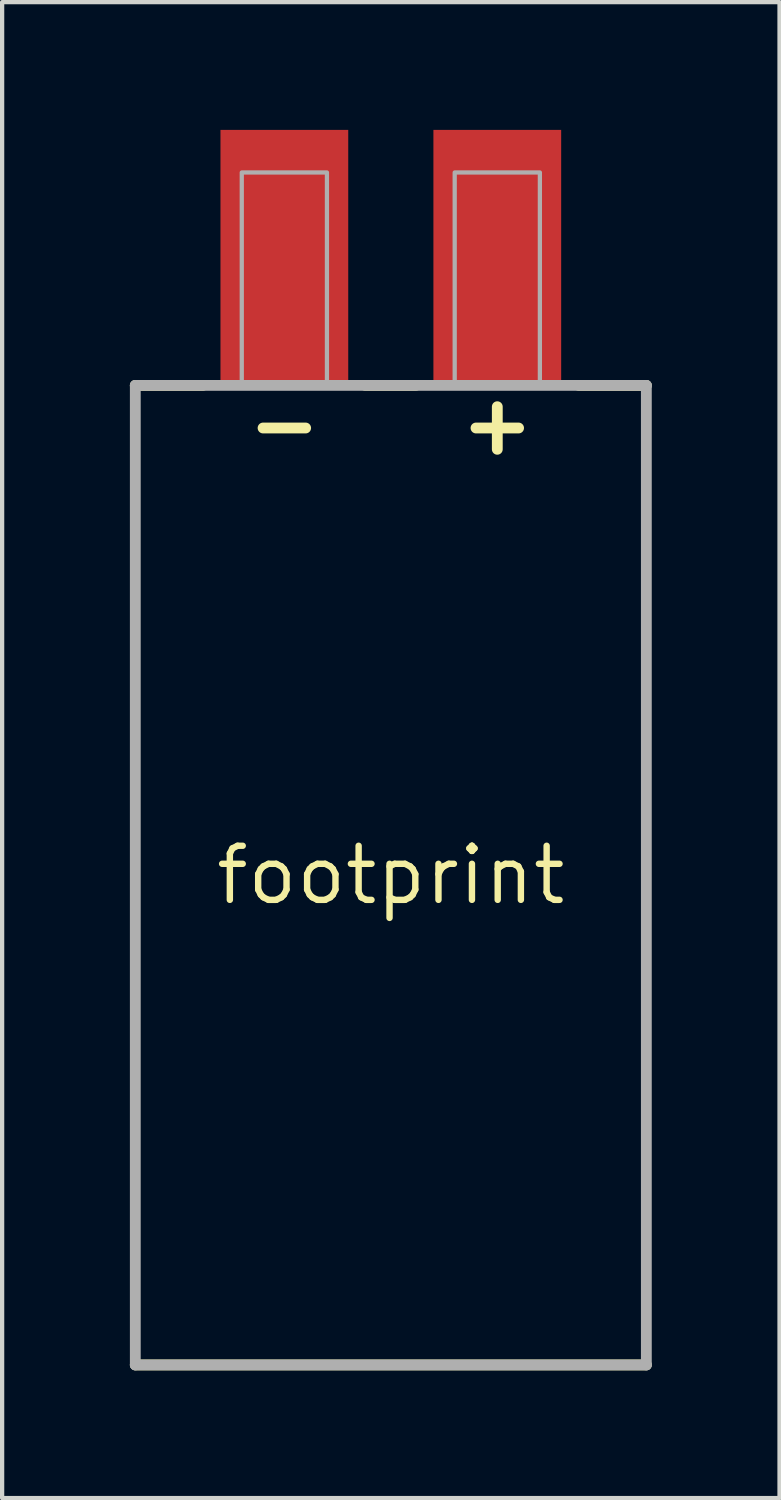
<source format=kicad_pcb>
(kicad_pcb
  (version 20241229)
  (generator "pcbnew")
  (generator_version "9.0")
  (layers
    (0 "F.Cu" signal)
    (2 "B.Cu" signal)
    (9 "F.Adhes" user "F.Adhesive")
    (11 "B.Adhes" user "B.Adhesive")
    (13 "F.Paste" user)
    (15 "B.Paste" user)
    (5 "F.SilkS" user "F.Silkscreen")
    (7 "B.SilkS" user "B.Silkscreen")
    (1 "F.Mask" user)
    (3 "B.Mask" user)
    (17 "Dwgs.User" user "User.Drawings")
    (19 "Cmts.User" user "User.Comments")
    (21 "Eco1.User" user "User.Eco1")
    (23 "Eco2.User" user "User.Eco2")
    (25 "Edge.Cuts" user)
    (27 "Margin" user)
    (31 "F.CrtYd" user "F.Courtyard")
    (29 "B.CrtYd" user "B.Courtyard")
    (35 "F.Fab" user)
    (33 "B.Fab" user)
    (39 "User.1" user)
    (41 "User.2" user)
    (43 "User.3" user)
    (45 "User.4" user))
  (footprint "footprint"
    (layer "F.Cu")
    (at 6.127 17.5)
    (property "Reference" "footprint" (at 0 0 0) (layer "F.SilkS") (effects (font (size 1.27 1.27) (thickness 0.15))))
    (fp_line (start -6 11.5) (end 6 11.5) (stroke (width 0.254) (type solid)) (layer "F.SilkS"))
    (fp_line (start -4.414 -11.5) (end -6 -11.5) (stroke (width 0.254) (type solid)) (layer "F.SilkS"))
    (fp_line (start -3 -10.5) (end -2 -10.5) (stroke (width 0.254) (type solid)) (layer "F.SilkS"))
    (fp_line (start 0.586 -11.5) (end -0.6 -11.5) (stroke (width 0.254) (type solid)) (layer "F.SilkS"))
    (fp_line (start 2 -10.5) (end 3 -10.5) (stroke (width 0.254) (type solid)) (layer "F.SilkS"))
    (fp_line (start 2.5 -11) (end 2.5 -10) (stroke (width 0.254) (type solid)) (layer "F.SilkS"))
    (fp_line (start 4.414 -11.5) (end 6 -11.5) (stroke (width 0.254) (type solid)) (layer "F.SilkS"))
    (fp_line (start -6 -11.5) (end -6 11.5) (stroke (width 0.254) (type solid)) (layer "F.Fab"))
    (fp_line (start -6 11.5) (end 6 11.5) (stroke (width 0.254) (type solid)) (layer "F.Fab"))
    (fp_line (start 6 -11.5) (end -6 -11.5) (stroke (width 0.254) (type solid)) (layer "F.Fab"))
    (fp_line (start 6 11.5) (end 6 -11.5) (stroke (width 0.254) (type solid)) (layer "F.Fab"))
    (fp_poly (pts (xy -3.5 -11.5) (xy -1.5 -11.5) (xy -1.5 -16.5) (xy -3.5 -16.5)) (stroke (width 0.1) (type solid)) (fill no) (layer "F.Fab"))
    (fp_poly (pts (xy 1.5 -11.5) (xy 3.5 -11.5) (xy 3.5 -16.5) (xy 1.5 -16.5)) (stroke (width 0.1) (type solid)) (fill no) (layer "F.Fab"))
    (pad "+" smd rect (at 2.5 -14.5) (size 3 6) (layers "F.Cu" "F.Mask" "F.Paste"))
    (pad "-" smd rect (at -2.5 -14.5) (size 3 6) (layers "F.Cu" "F.Mask" "F.Paste")))
  (gr_rect
    (start -3 -3)
    (end 15.254 32.127)
    (stroke (width 0.1) (type default))
    (fill no)
    (layer "Edge.Cuts")))
</source>
